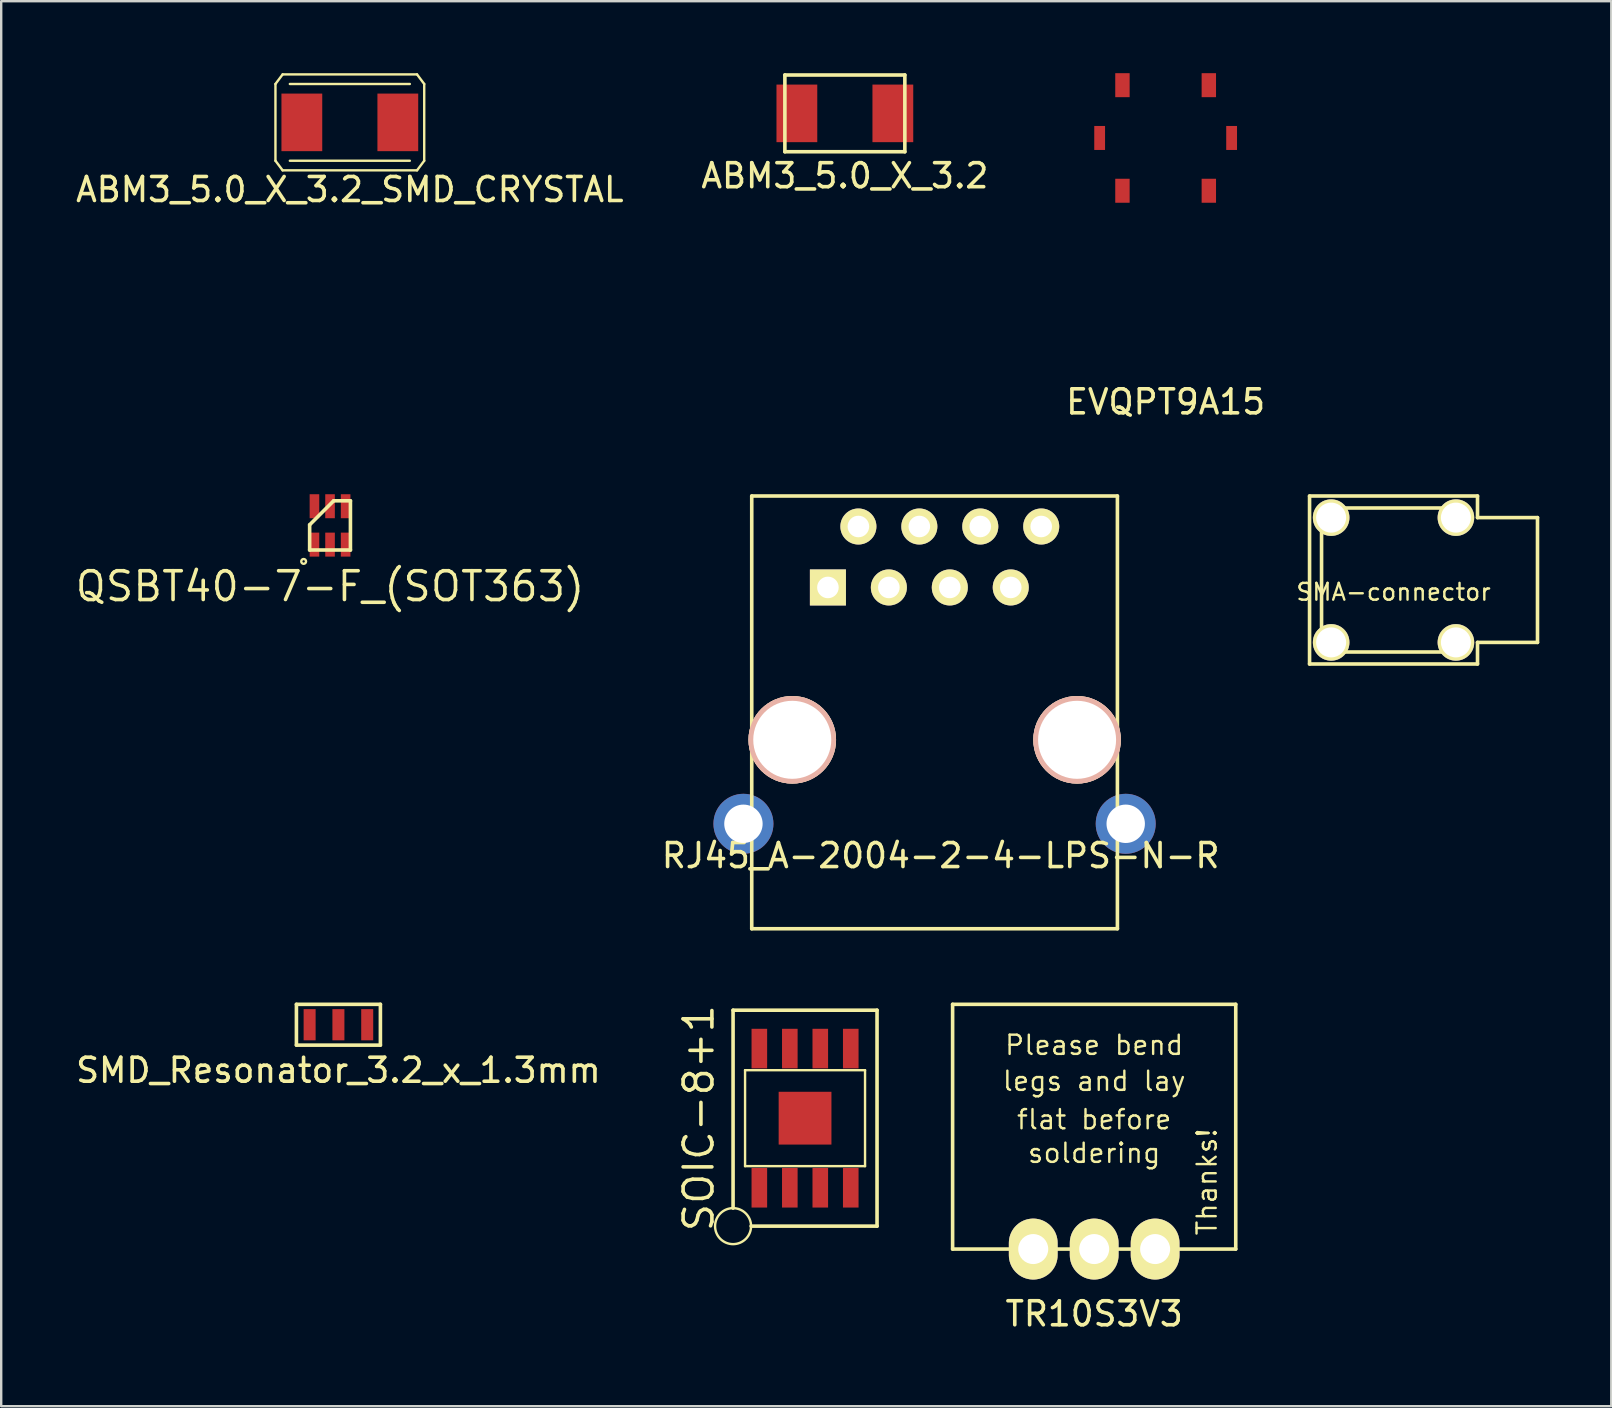
<source format=kicad_pcb>
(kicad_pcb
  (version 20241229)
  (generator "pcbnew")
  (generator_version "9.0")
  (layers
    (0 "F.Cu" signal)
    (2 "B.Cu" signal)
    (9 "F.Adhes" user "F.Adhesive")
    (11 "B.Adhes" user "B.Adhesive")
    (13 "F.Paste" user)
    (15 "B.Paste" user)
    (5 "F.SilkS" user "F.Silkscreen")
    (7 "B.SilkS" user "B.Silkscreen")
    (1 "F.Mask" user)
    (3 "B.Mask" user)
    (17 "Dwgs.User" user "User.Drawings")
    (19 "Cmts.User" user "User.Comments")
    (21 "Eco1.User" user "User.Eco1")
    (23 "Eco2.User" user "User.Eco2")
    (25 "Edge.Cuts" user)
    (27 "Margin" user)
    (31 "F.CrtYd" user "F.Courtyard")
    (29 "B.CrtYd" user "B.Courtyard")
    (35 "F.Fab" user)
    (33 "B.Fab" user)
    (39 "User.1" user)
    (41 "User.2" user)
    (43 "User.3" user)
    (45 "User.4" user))
  (footprint "TR10S3V3"
    (layer "F.Cu")
    (at 42.552 49.007)
    (property "Reference" "TR10S3V3" (at 0 2.7 0) (layer "F.SilkS") (effects (font (size 1 1) (thickness 0.15))))
    (attr smd)
    (fp_line (start -5.9 -10.2) (end -5.9 0) (stroke (width 0.15) (type solid)) (layer "F.SilkS"))
    (fp_line (start -5.9 -10.2) (end 5.9 -10.2) (stroke (width 0.15) (type solid)) (layer "F.SilkS"))
    (fp_line (start 5.9 -10.2) (end 5.9 0) (stroke (width 0.15) (type solid)) (layer "F.SilkS"))
    (fp_line (start 5.9 0) (end -5.9 0) (stroke (width 0.15) (type solid)) (layer "F.SilkS"))
    (fp_text user "flat before" (at 0 -5.4 0) (layer "F.SilkS") (effects (font (size 0.8 0.8) (thickness 0.1))))
    (fp_text user "Thanks!" (at 4.7 -2.8 90) (layer "F.SilkS") (effects (font (size 0.8 0.8) (thickness 0.1))))
    (fp_text user "legs and lay" (at 0 -7 0) (layer "F.SilkS") (effects (font (size 0.8 0.8) (thickness 0.1))))
    (fp_text user "Please bend" (at 0 -8.5 0) (layer "F.SilkS") (effects (font (size 0.8 0.8) (thickness 0.1))))
    (fp_text user "soldering" (at 0 -4 0) (layer "F.SilkS") (effects (font (size 0.8 0.8) (thickness 0.1))))
    (pad "1" thru_hole oval (at 2.54 0) (size 2.032 2.54) (drill 1.25) (layers "*.Cu" "*.Mask" "F.SilkS"))
    (pad "2" thru_hole oval (at 0 0) (size 2.032 2.54) (drill 1.25) (layers "*.Cu" "*.Mask" "F.SilkS"))
    (pad "3" thru_hole oval (at -2.54 0) (size 2.032 2.54) (drill 1.25) (layers "*.Cu" "*.Mask" "F.SilkS")))
  (footprint "RJ45_A-2004-2-4-LPS-N-R"
    (layer "F.Cu")
    (at 35.9 27.783)
    (property "Reference" "RJ45_A-2004-2-4-LPS-N-R" (at 0.254 4.826 0) (layer "F.SilkS") (effects (font (size 1 1) (thickness 0.15))))
    (attr through_hole)
    (fp_line (start -7.62 -10.16) (end -7.62 7.874) (stroke (width 0.15) (type solid)) (layer "F.SilkS"))
    (fp_line (start -7.62 7.874) (end 7.62 7.874) (stroke (width 0.15) (type solid)) (layer "F.SilkS"))
    (fp_line (start 7.62 -10.16) (end -7.62 -10.16) (stroke (width 0.15) (type solid)) (layer "F.SilkS"))
    (fp_line (start 7.62 7.874) (end 7.62 -10.16) (stroke (width 0.15) (type solid)) (layer "F.SilkS"))
    (pad "" np_thru_hole circle (at -5.931 0) (size 3.65 3.65) (drill 3.251) (layers "*.Cu" "*.SilkS" "*.Mask"))
    (pad "" np_thru_hole circle (at 5.939 0) (size 3.65 3.65) (drill 3.251) (layers "*.Cu" "*.SilkS" "*.Mask"))
    (pad "1" thru_hole rect (at -4.445 -6.35) (size 1.501 1.501) (drill 0.899) (layers "*.Cu" "*.Mask" "F.SilkS"))
    (pad "2" thru_hole circle (at -3.175 -8.89) (size 1.501 1.501) (drill 0.899) (layers "*.Cu" "*.Mask" "F.SilkS"))
    (pad "3" thru_hole circle (at -1.905 -6.35) (size 1.501 1.501) (drill 0.899) (layers "*.Cu" "*.Mask" "F.SilkS"))
    (pad "4" thru_hole circle (at -0.635 -8.89) (size 1.501 1.501) (drill 0.899) (layers "*.Cu" "*.Mask" "F.SilkS"))
    (pad "5" thru_hole circle (at 0.635 -6.35) (size 1.501 1.501) (drill 0.899) (layers "*.Cu" "*.Mask" "F.SilkS"))
    (pad "6" thru_hole circle (at 1.905 -8.89) (size 1.501 1.501) (drill 0.899) (layers "*.Cu" "*.Mask" "F.SilkS"))
    (pad "7" thru_hole circle (at 3.175 -6.35) (size 1.501 1.501) (drill 0.899) (layers "*.Cu" "*.Mask" "F.SilkS"))
    (pad "8" thru_hole circle (at 4.445 -8.89) (size 1.501 1.501) (drill 0.899) (layers "*.Cu" "*.Mask" "F.SilkS"))
    (pad "9" thru_hole circle (at -7.966 3.5) (size 2.5 2.5) (drill 1.6) (layers "*.Cu" "*.Mask"))
    (pad "9" thru_hole circle (at 7.966 3.5) (size 2.5 2.5) (drill 1.6) (layers "*.Cu" "*.Mask")))
  (footprint "SMD_Resonator_3.2_x_1.3mm"
    (layer "F.Cu")
    (at 11.054 39.657)
    (property "Reference" "SMD_Resonator_3.2_x_1.3mm" (at 0 1.9 0) (layer "F.SilkS") (effects (font (size 1 1) (thickness 0.15))))
    (attr through_hole)
    (fp_line (start -1.75 -0.85) (end -1.75 0.85) (stroke (width 0.15) (type solid)) (layer "F.SilkS"))
    (fp_line (start -1.75 -0.85) (end 1.75 -0.85) (stroke (width 0.15) (type solid)) (layer "F.SilkS"))
    (fp_line (start -1.75 0.85) (end 1.75 0.85) (stroke (width 0.15) (type solid)) (layer "F.SilkS"))
    (fp_line (start 1.75 -0.85) (end 1.75 0.85) (stroke (width 0.15) (type solid)) (layer "F.SilkS"))
    (pad "1" smd rect (at -1.2 0) (size 0.5 1.3) (layers "F.Cu" "F.Mask" "F.Paste"))
    (pad "2" smd rect (at 0 0) (size 0.5 1.3) (layers "F.Cu" "F.Mask" "F.Paste"))
    (pad "3" smd rect (at 1.2 0) (size 0.5 1.3) (layers "F.Cu" "F.Mask" "F.Paste")))
  (footprint "EVQPT9A15"
    (layer "F.Cu")
    (at 45.53 2.7)
    (property "Reference" "EVQPT9A15" (at 0 11 0) (layer "F.SilkS") (effects (font (size 1 1) (thickness 0.15))))
    (attr through_hole)
    (pad "1" smd rect (at 1.8 -2.2) (size 0.6 1) (layers "F.Cu" "F.Mask" "F.Paste"))
    (pad "1" smd rect (at 1.8 2.2) (size 0.6 1) (layers "F.Cu" "F.Mask" "F.Paste"))
    (pad "2" smd rect (at -1.8 -2.2) (size 0.6 1) (layers "F.Cu" "F.Mask" "F.Paste"))
    (pad "2" smd rect (at -1.8 2.2) (size 0.6 1) (layers "F.Cu" "F.Mask" "F.Paste"))
    (pad "3" smd rect (at -2.75 0) (size 0.45 1) (layers "F.Cu" "F.Mask" "F.Paste"))
    (pad "3" smd rect (at 2.75 0) (size 0.45 1) (layers "F.Cu" "F.Mask" "F.Paste")))
  (footprint "ABM3_5.0_X_3.2"
    (layer "F.Cu")
    (at 32.161 1.675)
    (property "Reference" "ABM3_5.0_X_3.2" (at 0 2.6 0) (layer "F.SilkS") (effects (font (size 1 1) (thickness 0.15))))
    (attr through_hole)
    (fp_line (start -2.5 -1.6) (end -2.5 1.6) (stroke (width 0.15) (type solid)) (layer "F.SilkS"))
    (fp_line (start -2.5 -1.6) (end 2.5 -1.6) (stroke (width 0.15) (type solid)) (layer "F.SilkS"))
    (fp_line (start -2.5 1.6) (end 2.5 1.6) (stroke (width 0.15) (type solid)) (layer "F.SilkS"))
    (fp_line (start 2.5 -1.6) (end 2.5 1.6) (stroke (width 0.15) (type solid)) (layer "F.SilkS"))
    (pad "1" smd rect (at -2 0) (size 1.7 2.4) (layers "F.Cu" "F.Mask" "F.Paste"))
    (pad "2" smd rect (at 2 0) (size 1.7 2.4) (layers "F.Cu" "F.Mask" "F.Paste")))
  (footprint "QSBT40-7-F_(SOT363)"
    (layer "F.Cu")
    (at 10.705 18.848)
    (property "Reference" "QSBT40-7-F_(SOT363)" (at 0 2.54 180) (layer "F.SilkS") (effects (font (size 1.2 1.2) (thickness 0.15))))
    (attr through_hole)
    (fp_line (start -0.85 -0.025) (end -0.85 1.025) (stroke (width 0.15) (type solid)) (layer "F.SilkS"))
    (fp_line (start -0.85 1.025) (end 0.85 1.025) (stroke (width 0.15) (type solid)) (layer "F.SilkS"))
    (fp_line (start 0.15 -1.025) (end -0.85 -0.025) (stroke (width 0.15) (type solid)) (layer "F.SilkS"))
    (fp_line (start 0.85 -1.025) (end 0.15 -1.025) (stroke (width 0.15) (type solid)) (layer "F.SilkS"))
    (fp_line (start 0.85 1.025) (end 0.85 -1.025) (stroke (width 0.15) (type solid)) (layer "F.SilkS"))
    (fp_circle (center -1.1 1.5) (end -1 1.5) (stroke (width 0.1) (type solid)) (fill no) (layer "F.SilkS"))
    (pad "1" smd rect (at -0.65 0.8) (size 0.4 1) (layers "F.Cu" "F.Mask" "F.Paste"))
    (pad "2" smd rect (at 0 0.8) (size 0.4 1) (layers "F.Cu" "F.Mask" "F.Paste"))
    (pad "3" smd rect (at 0.65 0.8) (size 0.4 1) (layers "F.Cu" "F.Mask" "F.Paste"))
    (pad "4" smd rect (at 0.65 -0.8) (size 0.4 1) (layers "F.Cu" "F.Mask" "F.Paste"))
    (pad "5" smd rect (at 0 -0.8) (size 0.4 1) (layers "F.Cu" "F.Mask" "F.Paste"))
    (pad "6" smd rect (at -0.65 -0.8) (size 0.4 1) (layers "F.Cu" "F.Mask" "F.Paste")))
  (footprint "SMA-connector"
    (layer "F.Cu")
    (at 55.028 21.123)
    (property "Reference" "SMA-connector" (at 0 0.5 0) (layer "F.SilkS") (effects (font (size 0.7 0.7) (thickness 0.1))))
    (attr through_hole)
    (fp_line (start -3.5 -3.5) (end 3.5 -3.5) (stroke (width 0.15) (type solid)) (layer "F.SilkS"))
    (fp_line (start -3.5 3.5) (end -3.5 -3.5) (stroke (width 0.15) (type solid)) (layer "F.SilkS"))
    (fp_line (start -3 -2.5) (end -3 2.5) (stroke (width 0.15) (type solid)) (layer "F.SilkS"))
    (fp_line (start -2.5 -3) (end 2.5 -3) (stroke (width 0.15) (type solid)) (layer "F.SilkS"))
    (fp_line (start 2.5 3) (end -2.5 3) (stroke (width 0.15) (type solid)) (layer "F.SilkS"))
    (fp_line (start 3.5 -3.5) (end 3.5 -2.6) (stroke (width 0.15) (type solid)) (layer "F.SilkS"))
    (fp_line (start 3.5 2.6) (end 3.5 3.5) (stroke (width 0.15) (type solid)) (layer "F.SilkS"))
    (fp_line (start 3.5 3.5) (end -3.5 3.5) (stroke (width 0.15) (type solid)) (layer "F.SilkS"))
    (fp_line (start 6 -2.6) (end 3.5 -2.6) (stroke (width 0.15) (type solid)) (layer "F.SilkS"))
    (fp_line (start 6 -2.6) (end 6 2.6) (stroke (width 0.15) (type solid)) (layer "F.SilkS"))
    (fp_line (start 6 2.6) (end 3.5 2.6) (stroke (width 0.15) (type solid)) (layer "F.SilkS"))
    (pad "1" thru_hole circle (at -2.6 -2.6) (size 1.524 1.524) (drill 1.25) (layers "*.Cu" "*.Mask" "F.SilkS"))
    (pad "1" thru_hole circle (at -2.6 2.6) (size 1.524 1.524) (drill 1.25) (layers "*.Cu" "*.Mask" "F.SilkS"))
    (pad "1" thru_hole circle (at 2.6 -2.6) (size 1.524 1.524) (drill 1.25) (layers "*.Cu" "*.Mask" "F.SilkS"))
    (pad "1" thru_hole circle (at 2.6 2.6) (size 1.524 1.524) (drill 1.25) (layers "*.Cu" "*.Mask" "F.SilkS")))
  (footprint "ABM3_5.0_X_3.2_SMD_CRYSTAL"
    (layer "F.Cu")
    (at 11.53 2.05)
    (property "Reference" "ABM3_5.0_X_3.2_SMD_CRYSTAL" (at 0 2.8 0) (layer "F.SilkS") (effects (font (size 1 1) (thickness 0.15))))
    (attr through_hole)
    (fp_line (start -3.1 -1.6) (end -3.1 1.6) (stroke (width 0.1) (type solid)) (layer "F.SilkS"))
    (fp_line (start -3.1 1.6) (end -2.8 2) (stroke (width 0.1) (type solid)) (layer "F.SilkS"))
    (fp_line (start -2.8 -2) (end -3.1 -1.6) (stroke (width 0.1) (type solid)) (layer "F.SilkS"))
    (fp_line (start -2.8 -2) (end 2.8 -2) (stroke (width 0.1) (type solid)) (layer "F.SilkS"))
    (fp_line (start -2.8 2) (end 2.8 2) (stroke (width 0.1) (type solid)) (layer "F.SilkS"))
    (fp_line (start -2.5 -1.6) (end 2.5 -1.6) (stroke (width 0.1) (type solid)) (layer "F.SilkS"))
    (fp_line (start -2.5 1.6) (end 2.5 1.6) (stroke (width 0.1) (type solid)) (layer "F.SilkS"))
    (fp_line (start 3.1 -1.6) (end 2.8 -2) (stroke (width 0.1) (type solid)) (layer "F.SilkS"))
    (fp_line (start 3.1 -1.6) (end 3.1 1.6) (stroke (width 0.1) (type solid)) (layer "F.SilkS"))
    (fp_line (start 3.1 1.6) (end 2.8 2) (stroke (width 0.1) (type solid)) (layer "F.SilkS"))
    (pad "1" smd rect (at -2 0) (size 1.7 2.4) (layers "F.Cu" "F.Mask" "F.Paste"))
    (pad "2" smd rect (at 2 0) (size 1.7 2.4) (layers "F.Cu" "F.Mask" "F.Paste")))
  (footprint "SOIC-8+1"
    (layer "F.Cu")
    (at 30.502 43.552)
    (property "Reference" "SOIC-8+1" (at -4.43 0 90) (layer "F.SilkS") (effects (font (size 1.2 1.2) (thickness 0.15))))
    (attr through_hole)
    (fp_line (start -3 -4.5) (end 3 -4.5) (stroke (width 0.15) (type solid)) (layer "F.SilkS"))
    (fp_line (start -3 3.75) (end -3 -4.5) (stroke (width 0.15) (type solid)) (layer "F.SilkS"))
    (fp_line (start -2.5 -2) (end -2.5 2) (stroke (width 0.1) (type solid)) (layer "F.SilkS"))
    (fp_line (start -2.5 -2) (end 2.5 -2) (stroke (width 0.1) (type solid)) (layer "F.SilkS"))
    (fp_line (start -2.5 2) (end 2.5 2) (stroke (width 0.1) (type solid)) (layer "F.SilkS"))
    (fp_line (start 2.5 -2) (end 2.5 2) (stroke (width 0.1) (type solid)) (layer "F.SilkS"))
    (fp_line (start 3 -4.5) (end 3 4.5) (stroke (width 0.15) (type solid)) (layer "F.SilkS"))
    (fp_line (start 3 4.5) (end -2.25 4.5) (stroke (width 0.15) (type solid)) (layer "F.SilkS"))
    (fp_circle (center -3 4.5) (end -2.25 4.5) (stroke (width 0.1) (type solid)) (fill no) (layer "F.SilkS"))
    (pad "1" smd rect (at -1.905 2.9) (size 0.65 1.65) (layers "F.Cu" "F.Mask" "F.Paste"))
    (pad "2" smd rect (at -0.635 2.9) (size 0.65 1.65) (layers "F.Cu" "F.Mask" "F.Paste"))
    (pad "3" smd rect (at 0.635 2.9) (size 0.65 1.65) (layers "F.Cu" "F.Mask" "F.Paste"))
    (pad "4" smd rect (at 1.905 2.9) (size 0.65 1.65) (layers "F.Cu" "F.Mask" "F.Paste"))
    (pad "5" smd rect (at 1.905 -2.9) (size 0.65 1.65) (layers "F.Cu" "F.Mask" "F.Paste"))
    (pad "6" smd rect (at 0.635 -2.9) (size 0.65 1.65) (layers "F.Cu" "F.Mask" "F.Paste"))
    (pad "7" smd rect (at -0.635 -2.9) (size 0.65 1.65) (layers "F.Cu" "F.Mask" "F.Paste"))
    (pad "8" smd rect (at -1.905 -2.9) (size 0.65 1.65) (layers "F.Cu" "F.Mask" "F.Paste"))
    (pad "9" smd rect (at 0 0) (size 2.2 2.2) (layers "F.Cu" "F.Mask" "F.Paste")))
  (gr_rect
    (start -3 -3)
    (end 64.103 55.556)
    (stroke (width 0.1) (type default))
    (fill no)
    (layer "Edge.Cuts")))
</source>
